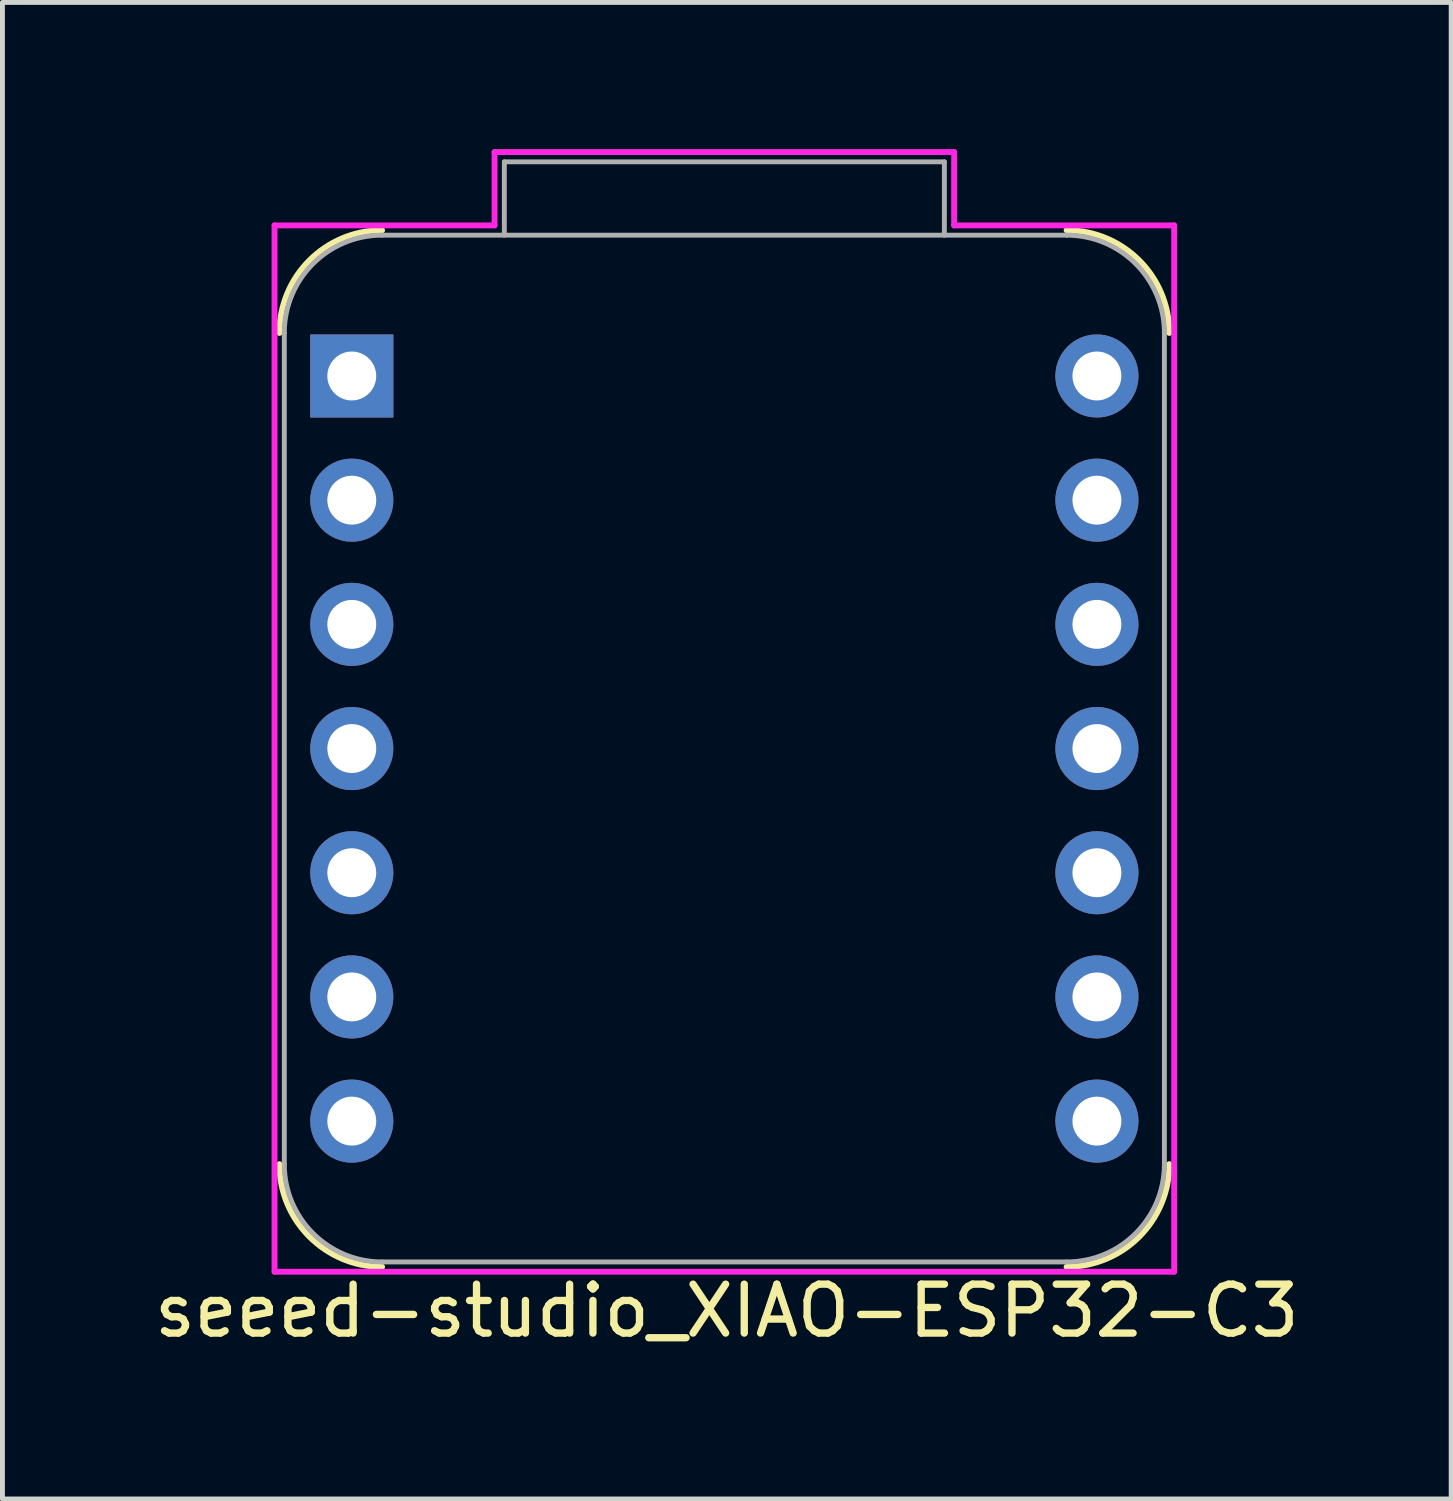
<source format=kicad_pcb>
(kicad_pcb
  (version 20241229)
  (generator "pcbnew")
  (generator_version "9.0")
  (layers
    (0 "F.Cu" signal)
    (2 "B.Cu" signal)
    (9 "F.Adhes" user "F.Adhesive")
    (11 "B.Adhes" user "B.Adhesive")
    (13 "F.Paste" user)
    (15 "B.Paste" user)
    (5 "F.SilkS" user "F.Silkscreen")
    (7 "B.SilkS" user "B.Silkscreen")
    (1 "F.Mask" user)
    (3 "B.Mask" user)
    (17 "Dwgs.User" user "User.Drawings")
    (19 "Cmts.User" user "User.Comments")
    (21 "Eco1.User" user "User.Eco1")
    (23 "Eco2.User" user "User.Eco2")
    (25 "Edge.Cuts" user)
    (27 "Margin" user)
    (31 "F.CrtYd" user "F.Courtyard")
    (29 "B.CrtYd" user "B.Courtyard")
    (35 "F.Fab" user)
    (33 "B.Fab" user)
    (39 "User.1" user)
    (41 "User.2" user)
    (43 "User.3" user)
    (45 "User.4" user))
  (footprint "seeed-studio_XIAO-ESP32-C3"
    (layer "F.Cu")
    (at 11.765 12.26)
    (property "Reference" "seeed-studio_XIAO-ESP32-C3" (at 0.05 11.5 0) (unlocked yes) (layer "F.SilkS") (effects (font (size 1 1) (thickness 0.15))))
    (attr through_hole)
    (fp_arc (start -9.1 -8.5) (mid -8.484924 -9.984924) (end -7 -10.6) (stroke (width 0.12) (type default)) (layer "F.SilkS"))
    (fp_arc (start -7 10.6) (mid -8.484924 9.984924) (end -9.1 8.5) (stroke (width 0.12) (type default)) (layer "F.SilkS"))
    (fp_arc (start 7 -10.6) (mid 8.484924 -9.984924) (end 9.1 -8.5) (stroke (width 0.12) (type default)) (layer "F.SilkS"))
    (fp_arc (start 9.1 8.5) (mid 8.484924 9.984924) (end 7 10.6) (stroke (width 0.12) (type default)) (layer "F.SilkS"))
    (fp_line (start -9.2 -10.7) (end -9.2 10.7) (stroke (width 0.12) (type default)) (layer "F.CrtYd"))
    (fp_line (start -9.2 10.7) (end 9.2 10.7) (stroke (width 0.12) (type default)) (layer "F.CrtYd"))
    (fp_line (start -4.7 -12.2) (end -4.7 -10.7) (stroke (width 0.12) (type default)) (layer "F.CrtYd"))
    (fp_line (start -4.7 -10.7) (end -9.2 -10.7) (stroke (width 0.12) (type default)) (layer "F.CrtYd"))
    (fp_line (start 4.7 -12.2) (end -4.7 -12.2) (stroke (width 0.12) (type default)) (layer "F.CrtYd"))
    (fp_line (start 4.7 -10.7) (end 4.7 -12.2) (stroke (width 0.12) (type default)) (layer "F.CrtYd"))
    (fp_line (start 9.2 -10.7) (end 4.7 -10.7) (stroke (width 0.12) (type default)) (layer "F.CrtYd"))
    (fp_line (start 9.2 10.7) (end 9.2 -10.7) (stroke (width 0.12) (type default)) (layer "F.CrtYd"))
    (fp_line (start -9 -8.5) (end -9 8.5) (stroke (width 0.1) (type default)) (layer "F.Fab"))
    (fp_line (start -7 10.5) (end 7 10.5) (stroke (width 0.1) (type default)) (layer "F.Fab"))
    (fp_line (start -4.5 -12) (end 4.5 -12) (stroke (width 0.1) (type default)) (layer "F.Fab"))
    (fp_line (start -4.5 -10.5) (end -4.5 -12) (stroke (width 0.1) (type default)) (layer "F.Fab"))
    (fp_line (start 4.5 -12) (end 4.5 -10.5) (stroke (width 0.1) (type default)) (layer "F.Fab"))
    (fp_line (start 7 -10.5) (end -7 -10.5) (stroke (width 0.1) (type default)) (layer "F.Fab"))
    (fp_line (start 9 8.5) (end 9 -8.5) (stroke (width 0.1) (type default)) (layer "F.Fab"))
    (fp_arc (start -9 -8.5) (mid -8.414214 -9.914214) (end -7 -10.5) (stroke (width 0.1) (type default)) (layer "F.Fab"))
    (fp_arc (start -7 10.5) (mid -8.414214 9.914214) (end -9 8.5) (stroke (width 0.1) (type default)) (layer "F.Fab"))
    (fp_arc (start 7 -10.5) (mid 8.414214 -9.914214) (end 9 -8.5) (stroke (width 0.1) (type default)) (layer "F.Fab"))
    (fp_arc (start 9 8.5) (mid 8.414214 9.914214) (end 7 10.5) (stroke (width 0.1) (type default)) (layer "F.Fab"))
    (pad "1" thru_hole rect (at -7.62 -7.62) (size 1.7 1.7) (drill 1) (layers "*.Cu" "*.Mask"))
    (pad "2" thru_hole circle (at -7.62 -5.08) (size 1.7 1.7) (drill 1) (layers "*.Cu" "*.Mask"))
    (pad "3" thru_hole circle (at -7.62 -2.54) (size 1.7 1.7) (drill 1) (layers "*.Cu" "*.Mask"))
    (pad "4" thru_hole circle (at -7.62 0) (size 1.7 1.7) (drill 1) (layers "*.Cu" "*.Mask"))
    (pad "5" thru_hole circle (at -7.62 2.54) (size 1.7 1.7) (drill 1) (layers "*.Cu" "*.Mask"))
    (pad "6" thru_hole circle (at -7.62 5.08) (size 1.7 1.7) (drill 1) (layers "*.Cu" "*.Mask"))
    (pad "7" thru_hole circle (at -7.62 7.62) (size 1.7 1.7) (drill 1) (layers "*.Cu" "*.Mask"))
    (pad "8" thru_hole circle (at 7.62 7.62) (size 1.7 1.7) (drill 1) (layers "*.Cu" "*.Mask"))
    (pad "9" thru_hole circle (at 7.62 5.08) (size 1.7 1.7) (drill 1) (layers "*.Cu" "*.Mask"))
    (pad "10" thru_hole circle (at 7.62 2.54) (size 1.7 1.7) (drill 1) (layers "*.Cu" "*.Mask"))
    (pad "11" thru_hole circle (at 7.62 0) (size 1.7 1.7) (drill 1) (layers "*.Cu" "*.Mask"))
    (pad "12" thru_hole circle (at 7.62 -2.54) (size 1.7 1.7) (drill 1) (layers "*.Cu" "*.Mask"))
    (pad "13" thru_hole circle (at 7.62 -5.08) (size 1.7 1.7) (drill 1) (layers "*.Cu" "*.Mask"))
    (pad "14" thru_hole circle (at 7.62 -7.62) (size 1.7 1.7) (drill 1) (layers "*.Cu" "*.Mask")))
  (gr_rect
    (start -3 -3)
    (end 26.631 27.608)
    (stroke (width 0.1) (type default))
    (fill no)
    (layer "Edge.Cuts")))
</source>
